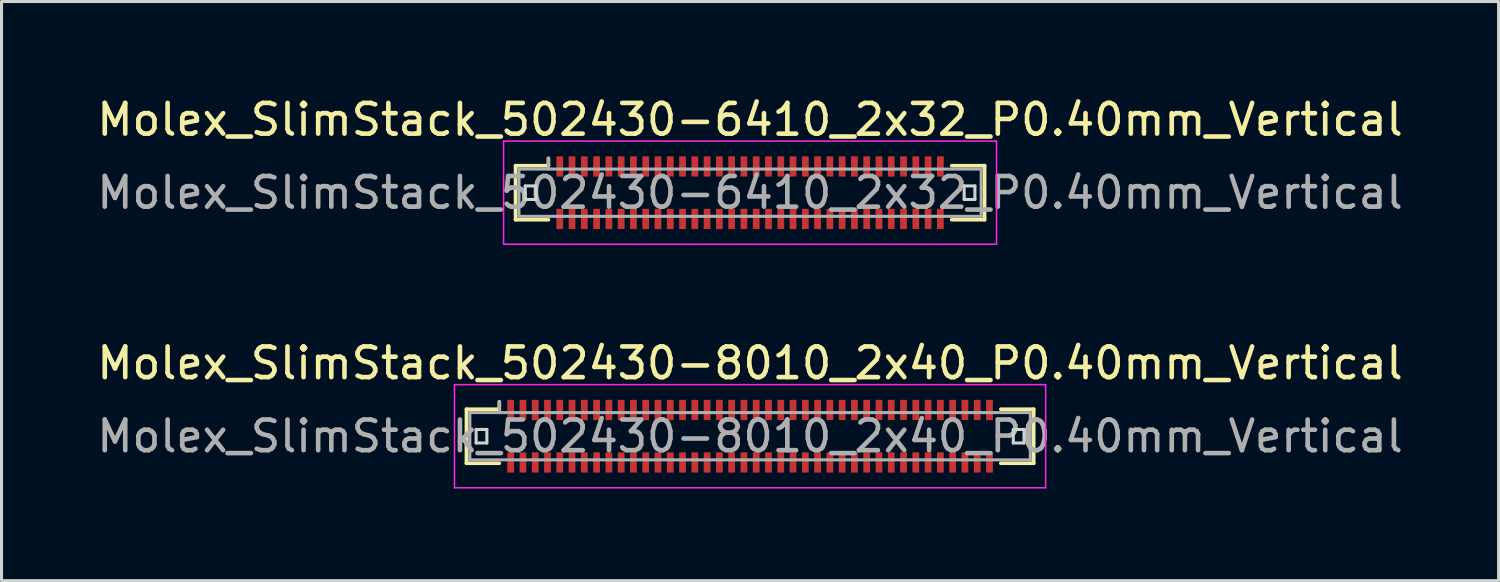
<source format=kicad_pcb>
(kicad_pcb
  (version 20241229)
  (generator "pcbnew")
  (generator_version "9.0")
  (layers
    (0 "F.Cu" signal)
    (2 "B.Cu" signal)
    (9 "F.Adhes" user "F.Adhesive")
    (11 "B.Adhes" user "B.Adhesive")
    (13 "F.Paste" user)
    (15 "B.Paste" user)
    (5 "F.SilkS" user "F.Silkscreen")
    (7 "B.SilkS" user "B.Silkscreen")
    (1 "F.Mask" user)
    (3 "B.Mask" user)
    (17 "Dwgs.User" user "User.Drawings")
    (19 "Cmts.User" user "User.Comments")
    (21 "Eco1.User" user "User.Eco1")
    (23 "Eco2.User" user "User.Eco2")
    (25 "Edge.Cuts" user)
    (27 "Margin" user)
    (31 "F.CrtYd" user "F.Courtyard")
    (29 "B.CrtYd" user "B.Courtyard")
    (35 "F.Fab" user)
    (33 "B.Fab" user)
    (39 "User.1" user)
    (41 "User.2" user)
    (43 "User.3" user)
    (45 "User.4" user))
  (footprint "Molex_SlimStack_502430-8010_2x40_P0.40mm_Vertical"
    (layer "F.Cu")
    (at 21.387 11.162)
    (property "Reference" "Molex_SlimStack_502430-8010_2x40_P0.40mm_Vertical" (at 0 -2.38 0) (layer "F.SilkS") (effects (font (size 1 1) (thickness 0.15))))
    (attr smd)
    (fp_line (start -9.24 -0.88) (end -8.17 -0.88) (stroke (width 0.12) (type solid)) (layer "F.SilkS"))
    (fp_line (start -9.24 0.88) (end -9.24 -0.88) (stroke (width 0.12) (type solid)) (layer "F.SilkS"))
    (fp_line (start -8.17 -0.88) (end -8.17 -1.12) (stroke (width 0.12) (type solid)) (layer "F.SilkS"))
    (fp_line (start -8.17 0.88) (end -9.24 0.88) (stroke (width 0.12) (type solid)) (layer "F.SilkS"))
    (fp_line (start 8.17 0.88) (end 9.24 0.88) (stroke (width 0.12) (type solid)) (layer "F.SilkS"))
    (fp_line (start 9.24 -0.88) (end 8.17 -0.88) (stroke (width 0.12) (type solid)) (layer "F.SilkS"))
    (fp_line (start 9.24 0.88) (end 9.24 -0.88) (stroke (width 0.12) (type solid)) (layer "F.SilkS"))
    (fp_line (start -8.925 -0.22) (end -8.925 0.22) (stroke (width 0.1) (type solid)) (layer "Edge.Cuts"))
    (fp_line (start -8.925 0.22) (end -8.575 0.22) (stroke (width 0.1) (type solid)) (layer "Edge.Cuts"))
    (fp_line (start -8.575 -0.22) (end -8.925 -0.22) (stroke (width 0.1) (type solid)) (layer "Edge.Cuts"))
    (fp_line (start -8.575 0.22) (end -8.575 -0.22) (stroke (width 0.1) (type solid)) (layer "Edge.Cuts"))
    (fp_line (start 8.575 -0.22) (end 8.575 0.22) (stroke (width 0.1) (type solid)) (layer "Edge.Cuts"))
    (fp_line (start 8.575 0.22) (end 8.925 0.22) (stroke (width 0.1) (type solid)) (layer "Edge.Cuts"))
    (fp_line (start 8.925 -0.22) (end 8.575 -0.22) (stroke (width 0.1) (type solid)) (layer "Edge.Cuts"))
    (fp_line (start 8.925 0.22) (end 8.925 -0.22) (stroke (width 0.1) (type solid)) (layer "Edge.Cuts"))
    (fp_line (start -9.63 -1.68) (end -9.63 1.68) (stroke (width 0.05) (type solid)) (layer "F.CrtYd"))
    (fp_line (start -9.63 1.68) (end 9.63 1.68) (stroke (width 0.05) (type solid)) (layer "F.CrtYd"))
    (fp_line (start 9.63 -1.68) (end -9.63 -1.68) (stroke (width 0.05) (type solid)) (layer "F.CrtYd"))
    (fp_line (start 9.63 1.68) (end 9.63 -1.68) (stroke (width 0.05) (type solid)) (layer "F.CrtYd"))
    (fp_line (start -9.13 -0.77) (end -9.13 0.77) (stroke (width 0.1) (type solid)) (layer "F.Fab"))
    (fp_line (start -9.13 0.77) (end 9.13 0.77) (stroke (width 0.1) (type solid)) (layer "F.Fab"))
    (fp_line (start -8.17 -0.77) (end -8.17 -1.12) (stroke (width 0.1) (type solid)) (layer "F.Fab"))
    (fp_line (start 9.13 -0.77) (end -9.13 -0.77) (stroke (width 0.1) (type solid)) (layer "F.Fab"))
    (fp_line (start 9.13 0.77) (end 9.13 -0.77) (stroke (width 0.1) (type solid)) (layer "F.Fab"))
    (fp_text user "${REFERENCE}" (at 0 0 0) (layer "F.Fab") (effects (font (size 1 1) (thickness 0.15))))
    (pad "1" smd rect (at -7.8 -0.855) (size 0.22 0.66) (layers "F.Cu" "F.Mask" "F.Paste"))
    (pad "2" smd rect (at -7.8 0.855) (size 0.22 0.66) (layers "F.Cu" "F.Mask" "F.Paste"))
    (pad "3" smd rect (at -7.4 -0.855) (size 0.22 0.66) (layers "F.Cu" "F.Mask" "F.Paste"))
    (pad "4" smd rect (at -7.4 0.855) (size 0.22 0.66) (layers "F.Cu" "F.Mask" "F.Paste"))
    (pad "5" smd rect (at -7 -0.855) (size 0.22 0.66) (layers "F.Cu" "F.Mask" "F.Paste"))
    (pad "6" smd rect (at -7 0.855) (size 0.22 0.66) (layers "F.Cu" "F.Mask" "F.Paste"))
    (pad "7" smd rect (at -6.6 -0.855) (size 0.22 0.66) (layers "F.Cu" "F.Mask" "F.Paste"))
    (pad "8" smd rect (at -6.6 0.855) (size 0.22 0.66) (layers "F.Cu" "F.Mask" "F.Paste"))
    (pad "9" smd rect (at -6.2 -0.855) (size 0.22 0.66) (layers "F.Cu" "F.Mask" "F.Paste"))
    (pad "10" smd rect (at -6.2 0.855) (size 0.22 0.66) (layers "F.Cu" "F.Mask" "F.Paste"))
    (pad "11" smd rect (at -5.8 -0.855) (size 0.22 0.66) (layers "F.Cu" "F.Mask" "F.Paste"))
    (pad "12" smd rect (at -5.8 0.855) (size 0.22 0.66) (layers "F.Cu" "F.Mask" "F.Paste"))
    (pad "13" smd rect (at -5.4 -0.855) (size 0.22 0.66) (layers "F.Cu" "F.Mask" "F.Paste"))
    (pad "14" smd rect (at -5.4 0.855) (size 0.22 0.66) (layers "F.Cu" "F.Mask" "F.Paste"))
    (pad "15" smd rect (at -5 -0.855) (size 0.22 0.66) (layers "F.Cu" "F.Mask" "F.Paste"))
    (pad "16" smd rect (at -5 0.855) (size 0.22 0.66) (layers "F.Cu" "F.Mask" "F.Paste"))
    (pad "17" smd rect (at -4.6 -0.855) (size 0.22 0.66) (layers "F.Cu" "F.Mask" "F.Paste"))
    (pad "18" smd rect (at -4.6 0.855) (size 0.22 0.66) (layers "F.Cu" "F.Mask" "F.Paste"))
    (pad "19" smd rect (at -4.2 -0.855) (size 0.22 0.66) (layers "F.Cu" "F.Mask" "F.Paste"))
    (pad "20" smd rect (at -4.2 0.855) (size 0.22 0.66) (layers "F.Cu" "F.Mask" "F.Paste"))
    (pad "21" smd rect (at -3.8 -0.855) (size 0.22 0.66) (layers "F.Cu" "F.Mask" "F.Paste"))
    (pad "22" smd rect (at -3.8 0.855) (size 0.22 0.66) (layers "F.Cu" "F.Mask" "F.Paste"))
    (pad "23" smd rect (at -3.4 -0.855) (size 0.22 0.66) (layers "F.Cu" "F.Mask" "F.Paste"))
    (pad "24" smd rect (at -3.4 0.855) (size 0.22 0.66) (layers "F.Cu" "F.Mask" "F.Paste"))
    (pad "25" smd rect (at -3 -0.855) (size 0.22 0.66) (layers "F.Cu" "F.Mask" "F.Paste"))
    (pad "26" smd rect (at -3 0.855) (size 0.22 0.66) (layers "F.Cu" "F.Mask" "F.Paste"))
    (pad "27" smd rect (at -2.6 -0.855) (size 0.22 0.66) (layers "F.Cu" "F.Mask" "F.Paste"))
    (pad "28" smd rect (at -2.6 0.855) (size 0.22 0.66) (layers "F.Cu" "F.Mask" "F.Paste"))
    (pad "29" smd rect (at -2.2 -0.855) (size 0.22 0.66) (layers "F.Cu" "F.Mask" "F.Paste"))
    (pad "30" smd rect (at -2.2 0.855) (size 0.22 0.66) (layers "F.Cu" "F.Mask" "F.Paste"))
    (pad "31" smd rect (at -1.8 -0.855) (size 0.22 0.66) (layers "F.Cu" "F.Mask" "F.Paste"))
    (pad "32" smd rect (at -1.8 0.855) (size 0.22 0.66) (layers "F.Cu" "F.Mask" "F.Paste"))
    (pad "33" smd rect (at -1.4 -0.855) (size 0.22 0.66) (layers "F.Cu" "F.Mask" "F.Paste"))
    (pad "34" smd rect (at -1.4 0.855) (size 0.22 0.66) (layers "F.Cu" "F.Mask" "F.Paste"))
    (pad "35" smd rect (at -1 -0.855) (size 0.22 0.66) (layers "F.Cu" "F.Mask" "F.Paste"))
    (pad "36" smd rect (at -1 0.855) (size 0.22 0.66) (layers "F.Cu" "F.Mask" "F.Paste"))
    (pad "37" smd rect (at -0.6 -0.855) (size 0.22 0.66) (layers "F.Cu" "F.Mask" "F.Paste"))
    (pad "38" smd rect (at -0.6 0.855) (size 0.22 0.66) (layers "F.Cu" "F.Mask" "F.Paste"))
    (pad "39" smd rect (at -0.2 -0.855) (size 0.22 0.66) (layers "F.Cu" "F.Mask" "F.Paste"))
    (pad "40" smd rect (at -0.2 0.855) (size 0.22 0.66) (layers "F.Cu" "F.Mask" "F.Paste"))
    (pad "41" smd rect (at 0.2 -0.855) (size 0.22 0.66) (layers "F.Cu" "F.Mask" "F.Paste"))
    (pad "42" smd rect (at 0.2 0.855) (size 0.22 0.66) (layers "F.Cu" "F.Mask" "F.Paste"))
    (pad "43" smd rect (at 0.6 -0.855) (size 0.22 0.66) (layers "F.Cu" "F.Mask" "F.Paste"))
    (pad "44" smd rect (at 0.6 0.855) (size 0.22 0.66) (layers "F.Cu" "F.Mask" "F.Paste"))
    (pad "45" smd rect (at 1 -0.855) (size 0.22 0.66) (layers "F.Cu" "F.Mask" "F.Paste"))
    (pad "46" smd rect (at 1 0.855) (size 0.22 0.66) (layers "F.Cu" "F.Mask" "F.Paste"))
    (pad "47" smd rect (at 1.4 -0.855) (size 0.22 0.66) (layers "F.Cu" "F.Mask" "F.Paste"))
    (pad "48" smd rect (at 1.4 0.855) (size 0.22 0.66) (layers "F.Cu" "F.Mask" "F.Paste"))
    (pad "49" smd rect (at 1.8 -0.855) (size 0.22 0.66) (layers "F.Cu" "F.Mask" "F.Paste"))
    (pad "50" smd rect (at 1.8 0.855) (size 0.22 0.66) (layers "F.Cu" "F.Mask" "F.Paste"))
    (pad "51" smd rect (at 2.2 -0.855) (size 0.22 0.66) (layers "F.Cu" "F.Mask" "F.Paste"))
    (pad "52" smd rect (at 2.2 0.855) (size 0.22 0.66) (layers "F.Cu" "F.Mask" "F.Paste"))
    (pad "53" smd rect (at 2.6 -0.855) (size 0.22 0.66) (layers "F.Cu" "F.Mask" "F.Paste"))
    (pad "54" smd rect (at 2.6 0.855) (size 0.22 0.66) (layers "F.Cu" "F.Mask" "F.Paste"))
    (pad "55" smd rect (at 3 -0.855) (size 0.22 0.66) (layers "F.Cu" "F.Mask" "F.Paste"))
    (pad "56" smd rect (at 3 0.855) (size 0.22 0.66) (layers "F.Cu" "F.Mask" "F.Paste"))
    (pad "57" smd rect (at 3.4 -0.855) (size 0.22 0.66) (layers "F.Cu" "F.Mask" "F.Paste"))
    (pad "58" smd rect (at 3.4 0.855) (size 0.22 0.66) (layers "F.Cu" "F.Mask" "F.Paste"))
    (pad "59" smd rect (at 3.8 -0.855) (size 0.22 0.66) (layers "F.Cu" "F.Mask" "F.Paste"))
    (pad "60" smd rect (at 3.8 0.855) (size 0.22 0.66) (layers "F.Cu" "F.Mask" "F.Paste"))
    (pad "61" smd rect (at 4.2 -0.855) (size 0.22 0.66) (layers "F.Cu" "F.Mask" "F.Paste"))
    (pad "62" smd rect (at 4.2 0.855) (size 0.22 0.66) (layers "F.Cu" "F.Mask" "F.Paste"))
    (pad "63" smd rect (at 4.6 -0.855) (size 0.22 0.66) (layers "F.Cu" "F.Mask" "F.Paste"))
    (pad "64" smd rect (at 4.6 0.855) (size 0.22 0.66) (layers "F.Cu" "F.Mask" "F.Paste"))
    (pad "65" smd rect (at 5 -0.855) (size 0.22 0.66) (layers "F.Cu" "F.Mask" "F.Paste"))
    (pad "66" smd rect (at 5 0.855) (size 0.22 0.66) (layers "F.Cu" "F.Mask" "F.Paste"))
    (pad "67" smd rect (at 5.4 -0.855) (size 0.22 0.66) (layers "F.Cu" "F.Mask" "F.Paste"))
    (pad "68" smd rect (at 5.4 0.855) (size 0.22 0.66) (layers "F.Cu" "F.Mask" "F.Paste"))
    (pad "69" smd rect (at 5.8 -0.855) (size 0.22 0.66) (layers "F.Cu" "F.Mask" "F.Paste"))
    (pad "70" smd rect (at 5.8 0.855) (size 0.22 0.66) (layers "F.Cu" "F.Mask" "F.Paste"))
    (pad "71" smd rect (at 6.2 -0.855) (size 0.22 0.66) (layers "F.Cu" "F.Mask" "F.Paste"))
    (pad "72" smd rect (at 6.2 0.855) (size 0.22 0.66) (layers "F.Cu" "F.Mask" "F.Paste"))
    (pad "73" smd rect (at 6.6 -0.855) (size 0.22 0.66) (layers "F.Cu" "F.Mask" "F.Paste"))
    (pad "74" smd rect (at 6.6 0.855) (size 0.22 0.66) (layers "F.Cu" "F.Mask" "F.Paste"))
    (pad "75" smd rect (at 7 -0.855) (size 0.22 0.66) (layers "F.Cu" "F.Mask" "F.Paste"))
    (pad "76" smd rect (at 7 0.855) (size 0.22 0.66) (layers "F.Cu" "F.Mask" "F.Paste"))
    (pad "77" smd rect (at 7.4 -0.855) (size 0.22 0.66) (layers "F.Cu" "F.Mask" "F.Paste"))
    (pad "78" smd rect (at 7.4 0.855) (size 0.22 0.66) (layers "F.Cu" "F.Mask" "F.Paste"))
    (pad "79" smd rect (at 7.8 -0.855) (size 0.22 0.66) (layers "F.Cu" "F.Mask" "F.Paste"))
    (pad "80" smd rect (at 7.8 0.855) (size 0.22 0.66) (layers "F.Cu" "F.Mask" "F.Paste")))
  (footprint "Molex_SlimStack_502430-6410_2x32_P0.40mm_Vertical"
    (layer "F.Cu")
    (at 21.387 3.228)
    (property "Reference" "Molex_SlimStack_502430-6410_2x32_P0.40mm_Vertical" (at 0 -2.38 0) (layer "F.SilkS") (effects (font (size 1 1) (thickness 0.15))))
    (attr smd)
    (fp_line (start -7.64 -0.88) (end -6.57 -0.88) (stroke (width 0.12) (type solid)) (layer "F.SilkS"))
    (fp_line (start -7.64 0.88) (end -7.64 -0.88) (stroke (width 0.12) (type solid)) (layer "F.SilkS"))
    (fp_line (start -6.57 -0.88) (end -6.57 -1.12) (stroke (width 0.12) (type solid)) (layer "F.SilkS"))
    (fp_line (start -6.57 0.88) (end -7.64 0.88) (stroke (width 0.12) (type solid)) (layer "F.SilkS"))
    (fp_line (start 6.57 0.88) (end 7.64 0.88) (stroke (width 0.12) (type solid)) (layer "F.SilkS"))
    (fp_line (start 7.64 -0.88) (end 6.57 -0.88) (stroke (width 0.12) (type solid)) (layer "F.SilkS"))
    (fp_line (start 7.64 0.88) (end 7.64 -0.88) (stroke (width 0.12) (type solid)) (layer "F.SilkS"))
    (fp_line (start -7.325 -0.22) (end -7.325 0.22) (stroke (width 0.1) (type solid)) (layer "Edge.Cuts"))
    (fp_line (start -7.325 0.22) (end -6.975 0.22) (stroke (width 0.1) (type solid)) (layer "Edge.Cuts"))
    (fp_line (start -6.975 -0.22) (end -7.325 -0.22) (stroke (width 0.1) (type solid)) (layer "Edge.Cuts"))
    (fp_line (start -6.975 0.22) (end -6.975 -0.22) (stroke (width 0.1) (type solid)) (layer "Edge.Cuts"))
    (fp_line (start 6.975 -0.22) (end 6.975 0.22) (stroke (width 0.1) (type solid)) (layer "Edge.Cuts"))
    (fp_line (start 6.975 0.22) (end 7.325 0.22) (stroke (width 0.1) (type solid)) (layer "Edge.Cuts"))
    (fp_line (start 7.325 -0.22) (end 6.975 -0.22) (stroke (width 0.1) (type solid)) (layer "Edge.Cuts"))
    (fp_line (start 7.325 0.22) (end 7.325 -0.22) (stroke (width 0.1) (type solid)) (layer "Edge.Cuts"))
    (fp_line (start -8.03 -1.68) (end -8.03 1.68) (stroke (width 0.05) (type solid)) (layer "F.CrtYd"))
    (fp_line (start -8.03 1.68) (end 8.03 1.68) (stroke (width 0.05) (type solid)) (layer "F.CrtYd"))
    (fp_line (start 8.03 -1.68) (end -8.03 -1.68) (stroke (width 0.05) (type solid)) (layer "F.CrtYd"))
    (fp_line (start 8.03 1.68) (end 8.03 -1.68) (stroke (width 0.05) (type solid)) (layer "F.CrtYd"))
    (fp_line (start -7.53 -0.77) (end -7.53 0.77) (stroke (width 0.1) (type solid)) (layer "F.Fab"))
    (fp_line (start -7.53 0.77) (end 7.53 0.77) (stroke (width 0.1) (type solid)) (layer "F.Fab"))
    (fp_line (start -6.57 -0.77) (end -6.57 -1.12) (stroke (width 0.1) (type solid)) (layer "F.Fab"))
    (fp_line (start 7.53 -0.77) (end -7.53 -0.77) (stroke (width 0.1) (type solid)) (layer "F.Fab"))
    (fp_line (start 7.53 0.77) (end 7.53 -0.77) (stroke (width 0.1) (type solid)) (layer "F.Fab"))
    (fp_text user "${REFERENCE}" (at 0 0 0) (layer "F.Fab") (effects (font (size 1 1) (thickness 0.15))))
    (pad "1" smd rect (at -6.2 -0.855) (size 0.22 0.66) (layers "F.Cu" "F.Mask" "F.Paste"))
    (pad "2" smd rect (at -6.2 0.855) (size 0.22 0.66) (layers "F.Cu" "F.Mask" "F.Paste"))
    (pad "3" smd rect (at -5.8 -0.855) (size 0.22 0.66) (layers "F.Cu" "F.Mask" "F.Paste"))
    (pad "4" smd rect (at -5.8 0.855) (size 0.22 0.66) (layers "F.Cu" "F.Mask" "F.Paste"))
    (pad "5" smd rect (at -5.4 -0.855) (size 0.22 0.66) (layers "F.Cu" "F.Mask" "F.Paste"))
    (pad "6" smd rect (at -5.4 0.855) (size 0.22 0.66) (layers "F.Cu" "F.Mask" "F.Paste"))
    (pad "7" smd rect (at -5 -0.855) (size 0.22 0.66) (layers "F.Cu" "F.Mask" "F.Paste"))
    (pad "8" smd rect (at -5 0.855) (size 0.22 0.66) (layers "F.Cu" "F.Mask" "F.Paste"))
    (pad "9" smd rect (at -4.6 -0.855) (size 0.22 0.66) (layers "F.Cu" "F.Mask" "F.Paste"))
    (pad "10" smd rect (at -4.6 0.855) (size 0.22 0.66) (layers "F.Cu" "F.Mask" "F.Paste"))
    (pad "11" smd rect (at -4.2 -0.855) (size 0.22 0.66) (layers "F.Cu" "F.Mask" "F.Paste"))
    (pad "12" smd rect (at -4.2 0.855) (size 0.22 0.66) (layers "F.Cu" "F.Mask" "F.Paste"))
    (pad "13" smd rect (at -3.8 -0.855) (size 0.22 0.66) (layers "F.Cu" "F.Mask" "F.Paste"))
    (pad "14" smd rect (at -3.8 0.855) (size 0.22 0.66) (layers "F.Cu" "F.Mask" "F.Paste"))
    (pad "15" smd rect (at -3.4 -0.855) (size 0.22 0.66) (layers "F.Cu" "F.Mask" "F.Paste"))
    (pad "16" smd rect (at -3.4 0.855) (size 0.22 0.66) (layers "F.Cu" "F.Mask" "F.Paste"))
    (pad "17" smd rect (at -3 -0.855) (size 0.22 0.66) (layers "F.Cu" "F.Mask" "F.Paste"))
    (pad "18" smd rect (at -3 0.855) (size 0.22 0.66) (layers "F.Cu" "F.Mask" "F.Paste"))
    (pad "19" smd rect (at -2.6 -0.855) (size 0.22 0.66) (layers "F.Cu" "F.Mask" "F.Paste"))
    (pad "20" smd rect (at -2.6 0.855) (size 0.22 0.66) (layers "F.Cu" "F.Mask" "F.Paste"))
    (pad "21" smd rect (at -2.2 -0.855) (size 0.22 0.66) (layers "F.Cu" "F.Mask" "F.Paste"))
    (pad "22" smd rect (at -2.2 0.855) (size 0.22 0.66) (layers "F.Cu" "F.Mask" "F.Paste"))
    (pad "23" smd rect (at -1.8 -0.855) (size 0.22 0.66) (layers "F.Cu" "F.Mask" "F.Paste"))
    (pad "24" smd rect (at -1.8 0.855) (size 0.22 0.66) (layers "F.Cu" "F.Mask" "F.Paste"))
    (pad "25" smd rect (at -1.4 -0.855) (size 0.22 0.66) (layers "F.Cu" "F.Mask" "F.Paste"))
    (pad "26" smd rect (at -1.4 0.855) (size 0.22 0.66) (layers "F.Cu" "F.Mask" "F.Paste"))
    (pad "27" smd rect (at -1 -0.855) (size 0.22 0.66) (layers "F.Cu" "F.Mask" "F.Paste"))
    (pad "28" smd rect (at -1 0.855) (size 0.22 0.66) (layers "F.Cu" "F.Mask" "F.Paste"))
    (pad "29" smd rect (at -0.6 -0.855) (size 0.22 0.66) (layers "F.Cu" "F.Mask" "F.Paste"))
    (pad "30" smd rect (at -0.6 0.855) (size 0.22 0.66) (layers "F.Cu" "F.Mask" "F.Paste"))
    (pad "31" smd rect (at -0.2 -0.855) (size 0.22 0.66) (layers "F.Cu" "F.Mask" "F.Paste"))
    (pad "32" smd rect (at -0.2 0.855) (size 0.22 0.66) (layers "F.Cu" "F.Mask" "F.Paste"))
    (pad "33" smd rect (at 0.2 -0.855) (size 0.22 0.66) (layers "F.Cu" "F.Mask" "F.Paste"))
    (pad "34" smd rect (at 0.2 0.855) (size 0.22 0.66) (layers "F.Cu" "F.Mask" "F.Paste"))
    (pad "35" smd rect (at 0.6 -0.855) (size 0.22 0.66) (layers "F.Cu" "F.Mask" "F.Paste"))
    (pad "36" smd rect (at 0.6 0.855) (size 0.22 0.66) (layers "F.Cu" "F.Mask" "F.Paste"))
    (pad "37" smd rect (at 1 -0.855) (size 0.22 0.66) (layers "F.Cu" "F.Mask" "F.Paste"))
    (pad "38" smd rect (at 1 0.855) (size 0.22 0.66) (layers "F.Cu" "F.Mask" "F.Paste"))
    (pad "39" smd rect (at 1.4 -0.855) (size 0.22 0.66) (layers "F.Cu" "F.Mask" "F.Paste"))
    (pad "40" smd rect (at 1.4 0.855) (size 0.22 0.66) (layers "F.Cu" "F.Mask" "F.Paste"))
    (pad "41" smd rect (at 1.8 -0.855) (size 0.22 0.66) (layers "F.Cu" "F.Mask" "F.Paste"))
    (pad "42" smd rect (at 1.8 0.855) (size 0.22 0.66) (layers "F.Cu" "F.Mask" "F.Paste"))
    (pad "43" smd rect (at 2.2 -0.855) (size 0.22 0.66) (layers "F.Cu" "F.Mask" "F.Paste"))
    (pad "44" smd rect (at 2.2 0.855) (size 0.22 0.66) (layers "F.Cu" "F.Mask" "F.Paste"))
    (pad "45" smd rect (at 2.6 -0.855) (size 0.22 0.66) (layers "F.Cu" "F.Mask" "F.Paste"))
    (pad "46" smd rect (at 2.6 0.855) (size 0.22 0.66) (layers "F.Cu" "F.Mask" "F.Paste"))
    (pad "47" smd rect (at 3 -0.855) (size 0.22 0.66) (layers "F.Cu" "F.Mask" "F.Paste"))
    (pad "48" smd rect (at 3 0.855) (size 0.22 0.66) (layers "F.Cu" "F.Mask" "F.Paste"))
    (pad "49" smd rect (at 3.4 -0.855) (size 0.22 0.66) (layers "F.Cu" "F.Mask" "F.Paste"))
    (pad "50" smd rect (at 3.4 0.855) (size 0.22 0.66) (layers "F.Cu" "F.Mask" "F.Paste"))
    (pad "51" smd rect (at 3.8 -0.855) (size 0.22 0.66) (layers "F.Cu" "F.Mask" "F.Paste"))
    (pad "52" smd rect (at 3.8 0.855) (size 0.22 0.66) (layers "F.Cu" "F.Mask" "F.Paste"))
    (pad "53" smd rect (at 4.2 -0.855) (size 0.22 0.66) (layers "F.Cu" "F.Mask" "F.Paste"))
    (pad "54" smd rect (at 4.2 0.855) (size 0.22 0.66) (layers "F.Cu" "F.Mask" "F.Paste"))
    (pad "55" smd rect (at 4.6 -0.855) (size 0.22 0.66) (layers "F.Cu" "F.Mask" "F.Paste"))
    (pad "56" smd rect (at 4.6 0.855) (size 0.22 0.66) (layers "F.Cu" "F.Mask" "F.Paste"))
    (pad "57" smd rect (at 5 -0.855) (size 0.22 0.66) (layers "F.Cu" "F.Mask" "F.Paste"))
    (pad "58" smd rect (at 5 0.855) (size 0.22 0.66) (layers "F.Cu" "F.Mask" "F.Paste"))
    (pad "59" smd rect (at 5.4 -0.855) (size 0.22 0.66) (layers "F.Cu" "F.Mask" "F.Paste"))
    (pad "60" smd rect (at 5.4 0.855) (size 0.22 0.66) (layers "F.Cu" "F.Mask" "F.Paste"))
    (pad "61" smd rect (at 5.8 -0.855) (size 0.22 0.66) (layers "F.Cu" "F.Mask" "F.Paste"))
    (pad "62" smd rect (at 5.8 0.855) (size 0.22 0.66) (layers "F.Cu" "F.Mask" "F.Paste"))
    (pad "63" smd rect (at 6.2 -0.855) (size 0.22 0.66) (layers "F.Cu" "F.Mask" "F.Paste"))
    (pad "64" smd rect (at 6.2 0.855) (size 0.22 0.66) (layers "F.Cu" "F.Mask" "F.Paste")))
  (gr_rect
    (start -3 -3)
    (end 45.774 15.867)
    (stroke (width 0.1) (type default))
    (fill no)
    (layer "Edge.Cuts")))
</source>
